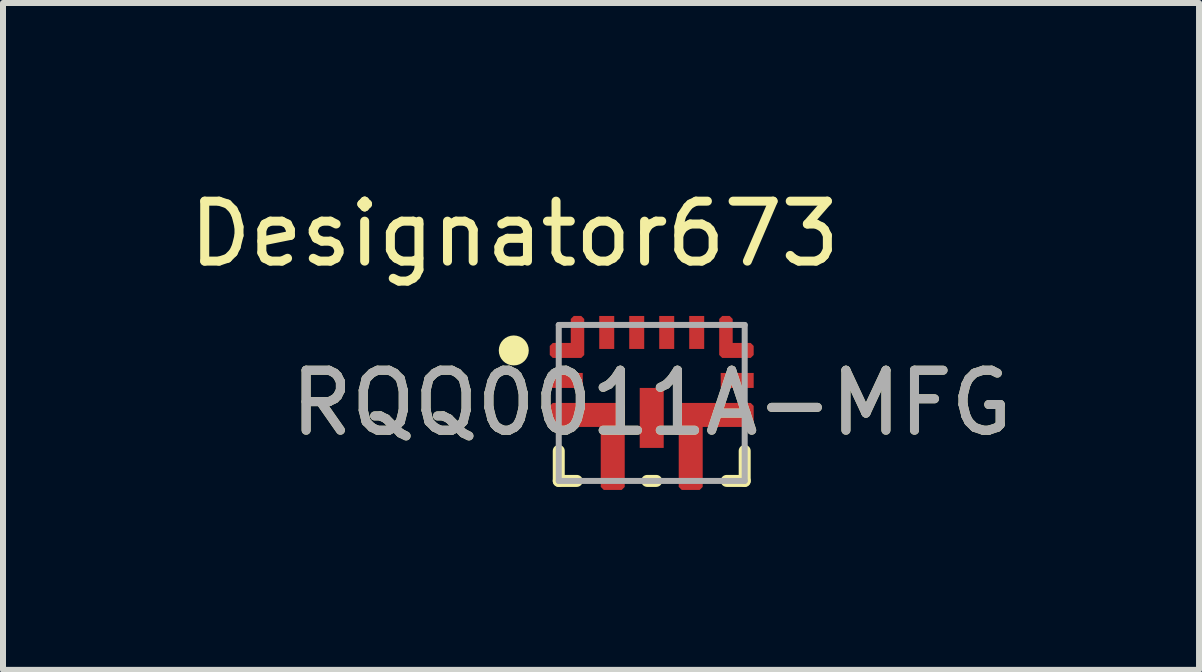
<source format=kicad_pcb>
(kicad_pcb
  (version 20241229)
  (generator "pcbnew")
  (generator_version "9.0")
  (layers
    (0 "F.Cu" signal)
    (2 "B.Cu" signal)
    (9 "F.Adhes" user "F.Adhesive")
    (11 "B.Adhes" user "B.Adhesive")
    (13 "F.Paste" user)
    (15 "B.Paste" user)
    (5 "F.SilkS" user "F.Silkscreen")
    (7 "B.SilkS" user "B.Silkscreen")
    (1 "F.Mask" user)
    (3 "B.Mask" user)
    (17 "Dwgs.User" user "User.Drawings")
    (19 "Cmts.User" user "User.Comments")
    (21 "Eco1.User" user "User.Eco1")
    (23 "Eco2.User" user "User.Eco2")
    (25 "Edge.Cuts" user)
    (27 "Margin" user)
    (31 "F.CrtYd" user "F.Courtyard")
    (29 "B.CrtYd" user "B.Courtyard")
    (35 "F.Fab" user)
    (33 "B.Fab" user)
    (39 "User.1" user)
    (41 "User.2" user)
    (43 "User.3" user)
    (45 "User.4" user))
  (footprint "RQQ0011A-MFG"
    (layer "F.Cu")
    (at 7.816 3.668)
    (property "Reference" "RQQ0011A-MFG" (at 0 0 0) (unlocked yes) (layer "F.SilkS") (effects (font (size 1 1) (thickness 0.15))))
    (attr smd)
    (fp_poly (pts (xy -1.35 -1) (xy -1.65 -1) (xy -1.7 -0.95) (xy -1.7 -0.8) (xy -1.65 -0.75) (xy -1.175 -0.75) (xy -1.125 -0.8) (xy -1.125 -1.4) (xy -1.175 -1.45) (xy -1.3 -1.45) (xy -1.35 -1.4)) (stroke (width 0) (type solid)) (fill yes) (layer "F.Cu"))
    (fp_poly (pts (xy -0.85 0.4) (xy -0.85 1.4) (xy -0.8 1.45) (xy -0.5 1.45) (xy -0.45 1.4) (xy -0.45 0.05) (xy -0.5 0) (xy -1.65 0) (xy -1.7 0.05) (xy -1.7 0.35) (xy -1.65 0.4)) (stroke (width 0) (type solid)) (fill yes) (layer "F.Cu"))
    (fp_poly (pts (xy 0.85 0.4) (xy 0.85 1.4) (xy 0.8 1.45) (xy 0.5 1.45) (xy 0.45 1.4) (xy 0.45 0.05) (xy 0.5 0) (xy 1.65 0) (xy 1.7 0.05) (xy 1.7 0.35) (xy 1.65 0.4)) (stroke (width 0) (type solid)) (fill yes) (layer "F.Cu"))
    (fp_poly (pts (xy 1.35 -1) (xy 1.65 -1) (xy 1.7 -0.95) (xy 1.7 -0.8) (xy 1.65 -0.75) (xy 1.175 -0.75) (xy 1.125 -0.8) (xy 1.125 -1.4) (xy 1.175 -1.45) (xy 1.3 -1.45) (xy 1.35 -1.4)) (stroke (width 0) (type solid)) (fill yes) (layer "F.Cu"))
    (fp_poly (pts (xy -1.35 -1) (xy -1.35 -1.4) (xy -1.3 -1.45) (xy -1.175 -1.45) (xy -1.125 -1.4) (xy -1.125 -0.8) (xy -1.175 -0.75) (xy -1.65 -0.75) (xy -1.7 -0.8) (xy -1.7 -0.95) (xy -1.65 -1)) (stroke (width 0) (type solid)) (fill yes) (layer "F.Mask"))
    (fp_poly (pts (xy -0.85 0.4) (xy -1.65 0.4) (xy -1.7 0.35) (xy -1.7 0.05) (xy -1.65 0) (xy -0.5 0) (xy -0.45 0.05) (xy -0.45 1.4) (xy -0.5 1.45) (xy -0.8 1.45) (xy -0.85 1.4)) (stroke (width 0) (type solid)) (fill yes) (layer "F.Mask"))
    (fp_poly (pts (xy 0.85 0.4) (xy 0.85 1.4) (xy 0.8 1.45) (xy 0.5 1.45) (xy 0.45 1.4) (xy 0.45 0.05) (xy 0.5 0) (xy 1.65 0) (xy 1.7 0.05) (xy 1.7 0.35) (xy 1.65 0.4)) (stroke (width 0) (type solid)) (fill yes) (layer "F.Mask"))
    (fp_poly (pts (xy 1.35 -1) (xy 1.65 -1) (xy 1.7 -0.95) (xy 1.7 -0.8) (xy 1.65 -0.75) (xy 1.175 -0.75) (xy 1.125 -0.8) (xy 1.125 -1.4) (xy 1.175 -1.45) (xy 1.3 -1.45) (xy 1.35 -1.4)) (stroke (width 0) (type solid)) (fill yes) (layer "F.Mask"))
    (fp_line (start -1.55 1.3) (end -1.55 0.8) (stroke (width 0.2) (type solid)) (layer "F.SilkS"))
    (fp_line (start -1.55 1.3) (end -1.25 1.3) (stroke (width 0.2) (type solid)) (layer "F.SilkS"))
    (fp_line (start -0.075 1.3) (end 0.075 1.3) (stroke (width 0.2) (type solid)) (layer "F.SilkS"))
    (fp_line (start 1.25 1.3) (end 1.55 1.3) (stroke (width 0.2) (type solid)) (layer "F.SilkS"))
    (fp_line (start 1.55 1.3) (end 1.55 0.8) (stroke (width 0.2) (type solid)) (layer "F.SilkS"))
    (fp_circle (center -2.3 -0.875) (end -2.175 -0.875) (stroke (width 0.25) (type solid)) (fill no) (layer "F.SilkS"))
    (fp_poly (pts (xy -1.35 -1) (xy -1.35 -1.4) (xy -1.3 -1.45) (xy -1.175 -1.45) (xy -1.125 -1.4) (xy -1.125 -0.8) (xy -1.175 -0.75) (xy -1.65 -0.75) (xy -1.7 -0.8) (xy -1.7 -0.95) (xy -1.65 -1)) (stroke (width 0) (type solid)) (fill yes) (layer "F.Paste"))
    (fp_poly (pts (xy -0.8 0.35) (xy -0.8 1.4) (xy -0.75 1.45) (xy -0.5 1.45) (xy -0.45 1.4) (xy -0.45 0.05) (xy -0.5 0) (xy -1.65 0) (xy -1.7 0.05) (xy -1.7 0.3) (xy -1.65 0.35)) (stroke (width 0) (type solid)) (fill yes) (layer "F.Paste"))
    (fp_poly (pts (xy 0.8 0.35) (xy 0.8 1.4) (xy 0.75 1.45) (xy 0.5 1.45) (xy 0.45 1.4) (xy 0.45 0.05) (xy 0.5 0) (xy 1.65 0) (xy 1.7 0.05) (xy 1.7 0.3) (xy 1.65 0.35)) (stroke (width 0) (type solid)) (fill yes) (layer "F.Paste"))
    (fp_poly (pts (xy 1.35 -1) (xy 1.65 -1) (xy 1.7 -0.95) (xy 1.7 -0.8) (xy 1.65 -0.75) (xy 1.175 -0.75) (xy 1.125 -0.8) (xy 1.125 -1.4) (xy 1.175 -1.45) (xy 1.3 -1.45) (xy 1.35 -1.4)) (stroke (width 0) (type solid)) (fill yes) (layer "F.Paste"))
    (fp_line (start -1.55 -1.3) (end 1.55 -1.3) (stroke (width 0.1) (type solid)) (layer "F.Fab"))
    (fp_line (start -1.55 1.3) (end -1.55 -1.3) (stroke (width 0.1) (type solid)) (layer "F.Fab"))
    (fp_line (start -1.55 1.3) (end 1.55 1.3) (stroke (width 0.1) (type solid)) (layer "F.Fab"))
    (fp_line (start 1.55 1.3) (end 1.55 -1.3) (stroke (width 0.1) (type solid)) (layer "F.Fab"))
    (fp_text user "Designator673" (at -2.286 -2.819 0) (unlocked yes) (layer "F.SilkS") (effects (font (size 1 1) (thickness 0.15))))
    (fp_text user "${REFERENCE}" (at 0 0 0) (unlocked yes) (layer "F.Fab") (effects (font (size 1 1) (thickness 0.15))))
    (pad "1" smd circle (at -1.269 -0.894) (size 0.241 0.241) (layers "F.Cu" "F.Mask" "F.Paste"))
    (pad "2" smd rect (at -1.425 -0.375 90) (size 0.25 0.55) (layers "F.Cu" "F.Mask" "F.Paste"))
    (pad "3" smd circle (at -0.684 0.278) (size 0.37 0.37) (layers "F.Cu" "F.Mask"))
    (pad "4" smd rect (at 0 0.25) (size 0.4 1) (layers "F.Cu" "F.Mask" "F.Paste"))
    (pad "5" smd circle (at 0.684 0.278) (size 0.37 0.37) (layers "F.Cu" "F.Mask"))
    (pad "6" smd rect (at 1.425 -0.375 90) (size 0.25 0.55) (layers "F.Cu" "F.Mask" "F.Paste"))
    (pad "7" smd circle (at 1.269 -0.894) (size 0.241 0.241) (layers "F.Cu" "F.Mask" "F.Paste"))
    (pad "8" smd rect (at 0.75 -1.175) (size 0.25 0.55) (layers "F.Cu" "F.Mask" "F.Paste"))
    (pad "9" smd rect (at 0.25 -1.175) (size 0.25 0.55) (layers "F.Cu" "F.Mask" "F.Paste"))
    (pad "10" smd rect (at -0.25 -1.175) (size 0.25 0.55) (layers "F.Cu" "F.Mask" "F.Paste"))
    (pad "11" smd rect (at -0.75 -1.175) (size 0.25 0.55) (layers "F.Cu" "F.Mask" "F.Paste")))
  (gr_rect
    (start -3 -3)
    (end 16.941 8.118)
    (stroke (width 0.1) (type default))
    (fill no)
    (layer "Edge.Cuts")))
</source>
